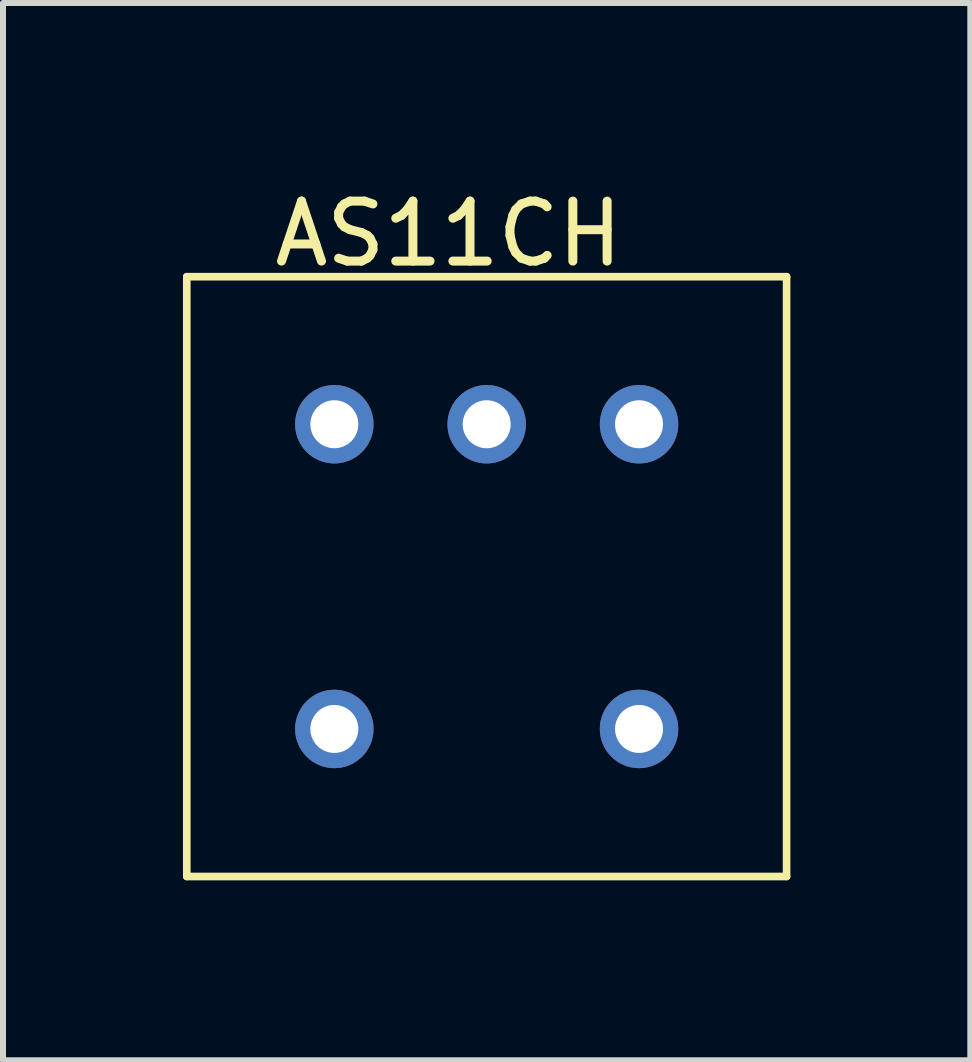
<source format=kicad_pcb>
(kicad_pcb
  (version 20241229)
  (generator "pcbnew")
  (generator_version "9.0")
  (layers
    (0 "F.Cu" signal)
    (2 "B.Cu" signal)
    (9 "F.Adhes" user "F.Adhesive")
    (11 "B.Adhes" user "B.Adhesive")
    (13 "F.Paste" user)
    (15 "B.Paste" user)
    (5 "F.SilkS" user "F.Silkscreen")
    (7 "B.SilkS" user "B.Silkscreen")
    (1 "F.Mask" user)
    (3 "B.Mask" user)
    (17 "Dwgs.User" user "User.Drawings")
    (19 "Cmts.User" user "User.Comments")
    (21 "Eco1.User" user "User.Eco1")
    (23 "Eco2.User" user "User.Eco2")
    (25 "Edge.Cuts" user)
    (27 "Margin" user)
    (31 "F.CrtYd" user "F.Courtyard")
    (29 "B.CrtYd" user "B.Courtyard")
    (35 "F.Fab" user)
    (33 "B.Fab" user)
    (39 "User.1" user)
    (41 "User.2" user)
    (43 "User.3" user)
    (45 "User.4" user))
  (footprint "AS11CH"
    (layer "F.Cu")
    (at 5.064 6.563)
    (property "Reference" "AS11CH" (at -0.635 -5.715 0) (layer "F.SilkS") (effects (font (size 1 1) (thickness 0.15))))
    (attr through_hole)
    (fp_line (start -5 -5) (end -5 5) (stroke (width 0.127) (type solid)) (layer "F.SilkS"))
    (fp_line (start -5 5) (end 5 5) (stroke (width 0.127) (type solid)) (layer "F.SilkS"))
    (fp_line (start 5 -5) (end -5 -5) (stroke (width 0.127) (type solid)) (layer "F.SilkS"))
    (fp_line (start 5 5) (end 5 -5) (stroke (width 0.127) (type solid)) (layer "F.SilkS"))
    (pad "1" thru_hole circle (at -2.54 -2.54) (size 1.308 1.308) (drill 0.8) (layers "*.Cu" "*.Mask"))
    (pad "2" thru_hole circle (at 0 -2.54) (size 1.308 1.308) (drill 0.8) (layers "*.Cu" "*.Mask"))
    (pad "3" thru_hole circle (at 2.54 -2.54) (size 1.308 1.308) (drill 0.8) (layers "*.Cu" "*.Mask"))
    (pad "M1" thru_hole circle (at -2.54 2.54) (size 1.308 1.308) (drill 0.8) (layers "*.Cu" "*.Mask"))
    (pad "M2" thru_hole circle (at 2.54 2.54) (size 1.308 1.308) (drill 0.8) (layers "*.Cu" "*.Mask")))
  (gr_rect
    (start -3 -3)
    (end 13.127 14.627)
    (stroke (width 0.1) (type default))
    (fill no)
    (layer "Edge.Cuts")))
</source>
